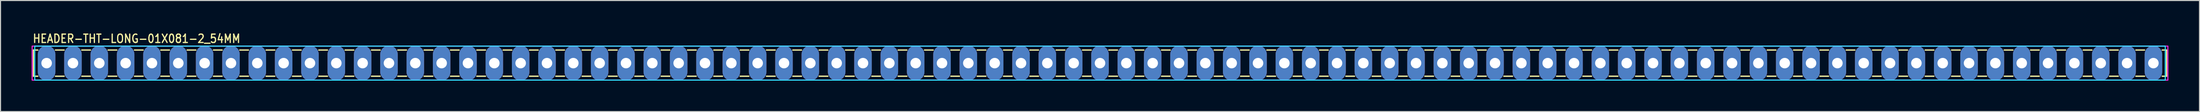
<source format=kicad_pcb>
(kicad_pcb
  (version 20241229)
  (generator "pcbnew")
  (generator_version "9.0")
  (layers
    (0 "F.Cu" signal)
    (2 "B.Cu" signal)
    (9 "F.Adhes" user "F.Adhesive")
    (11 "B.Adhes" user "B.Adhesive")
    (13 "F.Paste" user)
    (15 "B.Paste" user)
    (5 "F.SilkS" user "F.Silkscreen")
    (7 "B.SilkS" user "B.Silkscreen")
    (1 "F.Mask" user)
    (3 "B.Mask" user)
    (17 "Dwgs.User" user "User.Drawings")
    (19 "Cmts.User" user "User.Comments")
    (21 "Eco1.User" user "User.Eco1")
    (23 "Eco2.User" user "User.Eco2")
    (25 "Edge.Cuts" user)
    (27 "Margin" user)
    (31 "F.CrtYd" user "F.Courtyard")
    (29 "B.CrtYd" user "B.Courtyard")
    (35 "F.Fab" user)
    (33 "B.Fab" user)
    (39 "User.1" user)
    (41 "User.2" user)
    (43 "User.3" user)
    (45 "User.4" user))
  (footprint "HEADER-THT-LONG-01X081-2_54MM"
    (layer "F.Cu")
    (at 1.447 3.079)
    (property "Reference" "HEADER-THT-LONG-01X081-2_54MM" (at -1.4 -1.9 0) (unlocked yes) (layer "F.SilkS") (effects (font (size 0.813 0.695) (thickness 0.122)) (justify left bottom)))
    (fp_line (start -1.27 -1.27) (end -1.27 1.27) (stroke (width 0.127) (type solid)) (layer "F.SilkS"))
    (fp_line (start -1.27 1.27) (end -0.85 1.27) (stroke (width 0.127) (type solid)) (layer "F.SilkS"))
    (fp_line (start -0.85 -1.27) (end -1.27 -1.27) (stroke (width 0.127) (type solid)) (layer "F.SilkS"))
    (fp_line (start 0.85 -1.27) (end 1.69 -1.27) (stroke (width 0.127) (type solid)) (layer "F.SilkS"))
    (fp_line (start 0.85 1.27) (end 1.69 1.27) (stroke (width 0.127) (type solid)) (layer "F.SilkS"))
    (fp_line (start 3.39 -1.27) (end 4.23 -1.27) (stroke (width 0.127) (type solid)) (layer "F.SilkS"))
    (fp_line (start 3.39 1.27) (end 4.23 1.27) (stroke (width 0.127) (type solid)) (layer "F.SilkS"))
    (fp_line (start 5.93 -1.27) (end 6.77 -1.27) (stroke (width 0.127) (type solid)) (layer "F.SilkS"))
    (fp_line (start 5.93 1.27) (end 6.77 1.27) (stroke (width 0.127) (type solid)) (layer "F.SilkS"))
    (fp_line (start 8.47 -1.27) (end 9.31 -1.27) (stroke (width 0.127) (type solid)) (layer "F.SilkS"))
    (fp_line (start 8.47 1.27) (end 9.31 1.27) (stroke (width 0.127) (type solid)) (layer "F.SilkS"))
    (fp_line (start 11.01 -1.27) (end 11.85 -1.27) (stroke (width 0.127) (type solid)) (layer "F.SilkS"))
    (fp_line (start 11.01 1.27) (end 11.85 1.27) (stroke (width 0.127) (type solid)) (layer "F.SilkS"))
    (fp_line (start 13.55 -1.27) (end 14.39 -1.27) (stroke (width 0.127) (type solid)) (layer "F.SilkS"))
    (fp_line (start 13.55 1.27) (end 14.39 1.27) (stroke (width 0.127) (type solid)) (layer "F.SilkS"))
    (fp_line (start 16.09 -1.27) (end 16.93 -1.27) (stroke (width 0.127) (type solid)) (layer "F.SilkS"))
    (fp_line (start 16.09 1.27) (end 16.93 1.27) (stroke (width 0.127) (type solid)) (layer "F.SilkS"))
    (fp_line (start 18.63 -1.27) (end 19.47 -1.27) (stroke (width 0.127) (type solid)) (layer "F.SilkS"))
    (fp_line (start 18.63 1.27) (end 19.47 1.27) (stroke (width 0.127) (type solid)) (layer "F.SilkS"))
    (fp_line (start 21.17 -1.27) (end 22.01 -1.27) (stroke (width 0.127) (type solid)) (layer "F.SilkS"))
    (fp_line (start 21.17 1.27) (end 22.01 1.27) (stroke (width 0.127) (type solid)) (layer "F.SilkS"))
    (fp_line (start 23.71 -1.27) (end 24.55 -1.27) (stroke (width 0.127) (type solid)) (layer "F.SilkS"))
    (fp_line (start 23.71 1.27) (end 24.55 1.27) (stroke (width 0.127) (type solid)) (layer "F.SilkS"))
    (fp_line (start 26.25 -1.27) (end 27.09 -1.27) (stroke (width 0.127) (type solid)) (layer "F.SilkS"))
    (fp_line (start 26.25 1.27) (end 27.09 1.27) (stroke (width 0.127) (type solid)) (layer "F.SilkS"))
    (fp_line (start 28.79 -1.27) (end 29.63 -1.27) (stroke (width 0.127) (type solid)) (layer "F.SilkS"))
    (fp_line (start 28.79 1.27) (end 29.63 1.27) (stroke (width 0.127) (type solid)) (layer "F.SilkS"))
    (fp_line (start 31.33 -1.27) (end 32.17 -1.27) (stroke (width 0.127) (type solid)) (layer "F.SilkS"))
    (fp_line (start 31.33 1.27) (end 32.17 1.27) (stroke (width 0.127) (type solid)) (layer "F.SilkS"))
    (fp_line (start 33.87 -1.27) (end 34.71 -1.27) (stroke (width 0.127) (type solid)) (layer "F.SilkS"))
    (fp_line (start 33.87 1.27) (end 34.71 1.27) (stroke (width 0.127) (type solid)) (layer "F.SilkS"))
    (fp_line (start 36.41 -1.27) (end 37.25 -1.27) (stroke (width 0.127) (type solid)) (layer "F.SilkS"))
    (fp_line (start 36.41 1.27) (end 37.25 1.27) (stroke (width 0.127) (type solid)) (layer "F.SilkS"))
    (fp_line (start 38.95 -1.27) (end 39.79 -1.27) (stroke (width 0.127) (type solid)) (layer "F.SilkS"))
    (fp_line (start 38.95 1.27) (end 39.79 1.27) (stroke (width 0.127) (type solid)) (layer "F.SilkS"))
    (fp_line (start 41.49 -1.27) (end 42.33 -1.27) (stroke (width 0.127) (type solid)) (layer "F.SilkS"))
    (fp_line (start 41.49 1.27) (end 42.33 1.27) (stroke (width 0.127) (type solid)) (layer "F.SilkS"))
    (fp_line (start 44.03 -1.27) (end 44.87 -1.27) (stroke (width 0.127) (type solid)) (layer "F.SilkS"))
    (fp_line (start 44.03 1.27) (end 44.87 1.27) (stroke (width 0.127) (type solid)) (layer "F.SilkS"))
    (fp_line (start 46.57 -1.27) (end 47.41 -1.27) (stroke (width 0.127) (type solid)) (layer "F.SilkS"))
    (fp_line (start 46.57 1.27) (end 47.41 1.27) (stroke (width 0.127) (type solid)) (layer "F.SilkS"))
    (fp_line (start 49.11 -1.27) (end 49.95 -1.27) (stroke (width 0.127) (type solid)) (layer "F.SilkS"))
    (fp_line (start 49.11 1.27) (end 49.95 1.27) (stroke (width 0.127) (type solid)) (layer "F.SilkS"))
    (fp_line (start 51.65 -1.27) (end 52.49 -1.27) (stroke (width 0.127) (type solid)) (layer "F.SilkS"))
    (fp_line (start 51.65 1.27) (end 52.49 1.27) (stroke (width 0.127) (type solid)) (layer "F.SilkS"))
    (fp_line (start 54.19 -1.27) (end 55.03 -1.27) (stroke (width 0.127) (type solid)) (layer "F.SilkS"))
    (fp_line (start 54.19 1.27) (end 55.03 1.27) (stroke (width 0.127) (type solid)) (layer "F.SilkS"))
    (fp_line (start 56.73 -1.27) (end 57.57 -1.27) (stroke (width 0.127) (type solid)) (layer "F.SilkS"))
    (fp_line (start 56.73 1.27) (end 57.57 1.27) (stroke (width 0.127) (type solid)) (layer "F.SilkS"))
    (fp_line (start 59.27 -1.27) (end 60.11 -1.27) (stroke (width 0.127) (type solid)) (layer "F.SilkS"))
    (fp_line (start 59.27 1.27) (end 60.11 1.27) (stroke (width 0.127) (type solid)) (layer "F.SilkS"))
    (fp_line (start 61.81 -1.27) (end 62.65 -1.27) (stroke (width 0.127) (type solid)) (layer "F.SilkS"))
    (fp_line (start 61.81 1.27) (end 62.65 1.27) (stroke (width 0.127) (type solid)) (layer "F.SilkS"))
    (fp_line (start 64.35 -1.27) (end 65.19 -1.27) (stroke (width 0.127) (type solid)) (layer "F.SilkS"))
    (fp_line (start 64.35 1.27) (end 65.19 1.27) (stroke (width 0.127) (type solid)) (layer "F.SilkS"))
    (fp_line (start 66.89 -1.27) (end 67.73 -1.27) (stroke (width 0.127) (type solid)) (layer "F.SilkS"))
    (fp_line (start 66.89 1.27) (end 67.73 1.27) (stroke (width 0.127) (type solid)) (layer "F.SilkS"))
    (fp_line (start 69.43 -1.27) (end 70.27 -1.27) (stroke (width 0.127) (type solid)) (layer "F.SilkS"))
    (fp_line (start 69.43 1.27) (end 70.27 1.27) (stroke (width 0.127) (type solid)) (layer "F.SilkS"))
    (fp_line (start 71.97 -1.27) (end 72.81 -1.27) (stroke (width 0.127) (type solid)) (layer "F.SilkS"))
    (fp_line (start 71.97 1.27) (end 72.81 1.27) (stroke (width 0.127) (type solid)) (layer "F.SilkS"))
    (fp_line (start 74.51 -1.27) (end 75.35 -1.27) (stroke (width 0.127) (type solid)) (layer "F.SilkS"))
    (fp_line (start 74.51 1.27) (end 75.35 1.27) (stroke (width 0.127) (type solid)) (layer "F.SilkS"))
    (fp_line (start 77.05 -1.27) (end 77.89 -1.27) (stroke (width 0.127) (type solid)) (layer "F.SilkS"))
    (fp_line (start 77.05 1.27) (end 77.89 1.27) (stroke (width 0.127) (type solid)) (layer "F.SilkS"))
    (fp_line (start 79.59 -1.27) (end 80.43 -1.27) (stroke (width 0.127) (type solid)) (layer "F.SilkS"))
    (fp_line (start 79.59 1.27) (end 80.43 1.27) (stroke (width 0.127) (type solid)) (layer "F.SilkS"))
    (fp_line (start 82.13 -1.27) (end 82.97 -1.27) (stroke (width 0.127) (type solid)) (layer "F.SilkS"))
    (fp_line (start 82.13 1.27) (end 82.97 1.27) (stroke (width 0.127) (type solid)) (layer "F.SilkS"))
    (fp_line (start 84.67 -1.27) (end 85.51 -1.27) (stroke (width 0.127) (type solid)) (layer "F.SilkS"))
    (fp_line (start 84.67 1.27) (end 85.51 1.27) (stroke (width 0.127) (type solid)) (layer "F.SilkS"))
    (fp_line (start 87.21 -1.27) (end 88.05 -1.27) (stroke (width 0.127) (type solid)) (layer "F.SilkS"))
    (fp_line (start 87.21 1.27) (end 88.05 1.27) (stroke (width 0.127) (type solid)) (layer "F.SilkS"))
    (fp_line (start 89.75 -1.27) (end 90.59 -1.27) (stroke (width 0.127) (type solid)) (layer "F.SilkS"))
    (fp_line (start 89.75 1.27) (end 90.59 1.27) (stroke (width 0.127) (type solid)) (layer "F.SilkS"))
    (fp_line (start 92.29 -1.27) (end 93.13 -1.27) (stroke (width 0.127) (type solid)) (layer "F.SilkS"))
    (fp_line (start 92.29 1.27) (end 93.13 1.27) (stroke (width 0.127) (type solid)) (layer "F.SilkS"))
    (fp_line (start 94.83 -1.27) (end 95.67 -1.27) (stroke (width 0.127) (type solid)) (layer "F.SilkS"))
    (fp_line (start 94.83 1.27) (end 95.67 1.27) (stroke (width 0.127) (type solid)) (layer "F.SilkS"))
    (fp_line (start 97.37 -1.27) (end 98.21 -1.27) (stroke (width 0.127) (type solid)) (layer "F.SilkS"))
    (fp_line (start 97.37 1.27) (end 98.21 1.27) (stroke (width 0.127) (type solid)) (layer "F.SilkS"))
    (fp_line (start 99.91 -1.27) (end 100.75 -1.27) (stroke (width 0.127) (type solid)) (layer "F.SilkS"))
    (fp_line (start 99.91 1.27) (end 100.75 1.27) (stroke (width 0.127) (type solid)) (layer "F.SilkS"))
    (fp_line (start 102.45 -1.27) (end 103.29 -1.27) (stroke (width 0.127) (type solid)) (layer "F.SilkS"))
    (fp_line (start 102.45 1.27) (end 103.29 1.27) (stroke (width 0.127) (type solid)) (layer "F.SilkS"))
    (fp_line (start 104.99 -1.27) (end 105.83 -1.27) (stroke (width 0.127) (type solid)) (layer "F.SilkS"))
    (fp_line (start 104.99 1.27) (end 105.83 1.27) (stroke (width 0.127) (type solid)) (layer "F.SilkS"))
    (fp_line (start 107.53 -1.27) (end 108.37 -1.27) (stroke (width 0.127) (type solid)) (layer "F.SilkS"))
    (fp_line (start 107.53 1.27) (end 108.37 1.27) (stroke (width 0.127) (type solid)) (layer "F.SilkS"))
    (fp_line (start 110.07 -1.27) (end 110.91 -1.27) (stroke (width 0.127) (type solid)) (layer "F.SilkS"))
    (fp_line (start 110.07 1.27) (end 110.91 1.27) (stroke (width 0.127) (type solid)) (layer "F.SilkS"))
    (fp_line (start 112.61 -1.27) (end 113.45 -1.27) (stroke (width 0.127) (type solid)) (layer "F.SilkS"))
    (fp_line (start 112.61 1.27) (end 113.45 1.27) (stroke (width 0.127) (type solid)) (layer "F.SilkS"))
    (fp_line (start 115.15 -1.27) (end 115.99 -1.27) (stroke (width 0.127) (type solid)) (layer "F.SilkS"))
    (fp_line (start 115.15 1.27) (end 115.99 1.27) (stroke (width 0.127) (type solid)) (layer "F.SilkS"))
    (fp_line (start 117.69 -1.27) (end 118.53 -1.27) (stroke (width 0.127) (type solid)) (layer "F.SilkS"))
    (fp_line (start 117.69 1.27) (end 118.53 1.27) (stroke (width 0.127) (type solid)) (layer "F.SilkS"))
    (fp_line (start 120.23 -1.27) (end 121.07 -1.27) (stroke (width 0.127) (type solid)) (layer "F.SilkS"))
    (fp_line (start 120.23 1.27) (end 121.07 1.27) (stroke (width 0.127) (type solid)) (layer "F.SilkS"))
    (fp_line (start 122.77 -1.27) (end 123.61 -1.27) (stroke (width 0.127) (type solid)) (layer "F.SilkS"))
    (fp_line (start 122.77 1.27) (end 123.61 1.27) (stroke (width 0.127) (type solid)) (layer "F.SilkS"))
    (fp_line (start 125.31 -1.27) (end 126.15 -1.27) (stroke (width 0.127) (type solid)) (layer "F.SilkS"))
    (fp_line (start 125.31 1.27) (end 126.15 1.27) (stroke (width 0.127) (type solid)) (layer "F.SilkS"))
    (fp_line (start 127.85 -1.27) (end 128.69 -1.27) (stroke (width 0.127) (type solid)) (layer "F.SilkS"))
    (fp_line (start 127.85 1.27) (end 128.69 1.27) (stroke (width 0.127) (type solid)) (layer "F.SilkS"))
    (fp_line (start 130.39 -1.27) (end 131.23 -1.27) (stroke (width 0.127) (type solid)) (layer "F.SilkS"))
    (fp_line (start 130.39 1.27) (end 131.23 1.27) (stroke (width 0.127) (type solid)) (layer "F.SilkS"))
    (fp_line (start 132.93 -1.27) (end 133.77 -1.27) (stroke (width 0.127) (type solid)) (layer "F.SilkS"))
    (fp_line (start 132.93 1.27) (end 133.77 1.27) (stroke (width 0.127) (type solid)) (layer "F.SilkS"))
    (fp_line (start 135.47 -1.27) (end 136.31 -1.27) (stroke (width 0.127) (type solid)) (layer "F.SilkS"))
    (fp_line (start 135.47 1.27) (end 136.31 1.27) (stroke (width 0.127) (type solid)) (layer "F.SilkS"))
    (fp_line (start 138.01 -1.27) (end 138.85 -1.27) (stroke (width 0.127) (type solid)) (layer "F.SilkS"))
    (fp_line (start 138.01 1.27) (end 138.85 1.27) (stroke (width 0.127) (type solid)) (layer "F.SilkS"))
    (fp_line (start 140.55 -1.27) (end 141.39 -1.27) (stroke (width 0.127) (type solid)) (layer "F.SilkS"))
    (fp_line (start 140.55 1.27) (end 141.39 1.27) (stroke (width 0.127) (type solid)) (layer "F.SilkS"))
    (fp_line (start 143.09 -1.27) (end 143.93 -1.27) (stroke (width 0.127) (type solid)) (layer "F.SilkS"))
    (fp_line (start 143.09 1.27) (end 143.93 1.27) (stroke (width 0.127) (type solid)) (layer "F.SilkS"))
    (fp_line (start 145.63 -1.27) (end 146.47 -1.27) (stroke (width 0.127) (type solid)) (layer "F.SilkS"))
    (fp_line (start 145.63 1.27) (end 146.47 1.27) (stroke (width 0.127) (type solid)) (layer "F.SilkS"))
    (fp_line (start 148.17 -1.27) (end 149.01 -1.27) (stroke (width 0.127) (type solid)) (layer "F.SilkS"))
    (fp_line (start 148.17 1.27) (end 149.01 1.27) (stroke (width 0.127) (type solid)) (layer "F.SilkS"))
    (fp_line (start 150.71 -1.27) (end 151.55 -1.27) (stroke (width 0.127) (type solid)) (layer "F.SilkS"))
    (fp_line (start 150.71 1.27) (end 151.55 1.27) (stroke (width 0.127) (type solid)) (layer "F.SilkS"))
    (fp_line (start 153.25 -1.27) (end 154.09 -1.27) (stroke (width 0.127) (type solid)) (layer "F.SilkS"))
    (fp_line (start 153.25 1.27) (end 154.09 1.27) (stroke (width 0.127) (type solid)) (layer "F.SilkS"))
    (fp_line (start 155.79 -1.27) (end 156.63 -1.27) (stroke (width 0.127) (type solid)) (layer "F.SilkS"))
    (fp_line (start 155.79 1.27) (end 156.63 1.27) (stroke (width 0.127) (type solid)) (layer "F.SilkS"))
    (fp_line (start 158.33 -1.27) (end 159.17 -1.27) (stroke (width 0.127) (type solid)) (layer "F.SilkS"))
    (fp_line (start 158.33 1.27) (end 159.17 1.27) (stroke (width 0.127) (type solid)) (layer "F.SilkS"))
    (fp_line (start 160.87 -1.27) (end 161.71 -1.27) (stroke (width 0.127) (type solid)) (layer "F.SilkS"))
    (fp_line (start 160.87 1.27) (end 161.71 1.27) (stroke (width 0.127) (type solid)) (layer "F.SilkS"))
    (fp_line (start 163.41 -1.27) (end 164.25 -1.27) (stroke (width 0.127) (type solid)) (layer "F.SilkS"))
    (fp_line (start 163.41 1.27) (end 164.25 1.27) (stroke (width 0.127) (type solid)) (layer "F.SilkS"))
    (fp_line (start 165.95 -1.27) (end 166.79 -1.27) (stroke (width 0.127) (type solid)) (layer "F.SilkS"))
    (fp_line (start 165.95 1.27) (end 166.79 1.27) (stroke (width 0.127) (type solid)) (layer "F.SilkS"))
    (fp_line (start 168.49 -1.27) (end 169.33 -1.27) (stroke (width 0.127) (type solid)) (layer "F.SilkS"))
    (fp_line (start 168.49 1.27) (end 169.33 1.27) (stroke (width 0.127) (type solid)) (layer "F.SilkS"))
    (fp_line (start 171.03 -1.27) (end 171.87 -1.27) (stroke (width 0.127) (type solid)) (layer "F.SilkS"))
    (fp_line (start 171.03 1.27) (end 171.87 1.27) (stroke (width 0.127) (type solid)) (layer "F.SilkS"))
    (fp_line (start 173.57 -1.27) (end 174.41 -1.27) (stroke (width 0.127) (type solid)) (layer "F.SilkS"))
    (fp_line (start 173.57 1.27) (end 174.41 1.27) (stroke (width 0.127) (type solid)) (layer "F.SilkS"))
    (fp_line (start 176.11 -1.27) (end 176.95 -1.27) (stroke (width 0.127) (type solid)) (layer "F.SilkS"))
    (fp_line (start 176.11 1.27) (end 176.95 1.27) (stroke (width 0.127) (type solid)) (layer "F.SilkS"))
    (fp_line (start 178.65 -1.27) (end 179.49 -1.27) (stroke (width 0.127) (type solid)) (layer "F.SilkS"))
    (fp_line (start 178.65 1.27) (end 179.49 1.27) (stroke (width 0.127) (type solid)) (layer "F.SilkS"))
    (fp_line (start 181.19 -1.27) (end 182.03 -1.27) (stroke (width 0.127) (type solid)) (layer "F.SilkS"))
    (fp_line (start 181.19 1.27) (end 182.03 1.27) (stroke (width 0.127) (type solid)) (layer "F.SilkS"))
    (fp_line (start 183.73 -1.27) (end 184.57 -1.27) (stroke (width 0.127) (type solid)) (layer "F.SilkS"))
    (fp_line (start 183.73 1.27) (end 184.57 1.27) (stroke (width 0.127) (type solid)) (layer "F.SilkS"))
    (fp_line (start 186.27 -1.27) (end 187.11 -1.27) (stroke (width 0.127) (type solid)) (layer "F.SilkS"))
    (fp_line (start 186.27 1.27) (end 187.11 1.27) (stroke (width 0.127) (type solid)) (layer "F.SilkS"))
    (fp_line (start 188.81 -1.27) (end 189.65 -1.27) (stroke (width 0.127) (type solid)) (layer "F.SilkS"))
    (fp_line (start 188.81 1.27) (end 189.65 1.27) (stroke (width 0.127) (type solid)) (layer "F.SilkS"))
    (fp_line (start 191.35 -1.27) (end 192.19 -1.27) (stroke (width 0.127) (type solid)) (layer "F.SilkS"))
    (fp_line (start 191.35 1.27) (end 192.19 1.27) (stroke (width 0.127) (type solid)) (layer "F.SilkS"))
    (fp_line (start 193.89 -1.27) (end 194.73 -1.27) (stroke (width 0.127) (type solid)) (layer "F.SilkS"))
    (fp_line (start 193.89 1.27) (end 194.73 1.27) (stroke (width 0.127) (type solid)) (layer "F.SilkS"))
    (fp_line (start 196.43 -1.27) (end 197.27 -1.27) (stroke (width 0.127) (type solid)) (layer "F.SilkS"))
    (fp_line (start 196.43 1.27) (end 197.27 1.27) (stroke (width 0.127) (type solid)) (layer "F.SilkS"))
    (fp_line (start 198.97 -1.27) (end 199.81 -1.27) (stroke (width 0.127) (type solid)) (layer "F.SilkS"))
    (fp_line (start 198.97 1.27) (end 199.81 1.27) (stroke (width 0.127) (type solid)) (layer "F.SilkS"))
    (fp_line (start 201.51 -1.27) (end 202.35 -1.27) (stroke (width 0.127) (type solid)) (layer "F.SilkS"))
    (fp_line (start 201.51 1.27) (end 202.35 1.27) (stroke (width 0.127) (type solid)) (layer "F.SilkS"))
    (fp_line (start 204.05 -1.27) (end 204.47 -1.27) (stroke (width 0.127) (type solid)) (layer "F.SilkS"))
    (fp_line (start 204.47 -1.27) (end 204.47 1.27) (stroke (width 0.127) (type solid)) (layer "F.SilkS"))
    (fp_line (start 204.47 1.27) (end 204.05 1.27) (stroke (width 0.127) (type solid)) (layer "F.SilkS"))
    (fp_poly (pts (xy -1.143 -1.651) (xy 204.343 -1.651) (xy 204.343 1.651) (xy -1.143 1.651)) (stroke (width 0.1) (type solid)) (fill no) (layer "B.CrtYd"))
    (fp_poly (pts (xy -1.397 -1.651) (xy 204.597 -1.651) (xy 204.597 1.651) (xy -1.397 1.651)) (stroke (width 0.1) (type solid)) (fill no) (layer "F.CrtYd"))
    (pad "1" thru_hole oval (at 0 0 90) (size 3.387 1.693) (drill 1.016) (layers "*.Cu" "*.Mask"))
    (pad "2" thru_hole oval (at 2.54 0 90) (size 3.387 1.693) (drill 1.016) (layers "*.Cu" "*.Mask"))
    (pad "3" thru_hole oval (at 5.08 0 90) (size 3.387 1.693) (drill 1.016) (layers "*.Cu" "*.Mask"))
    (pad "4" thru_hole oval (at 7.62 0 90) (size 3.387 1.693) (drill 1.016) (layers "*.Cu" "*.Mask"))
    (pad "5" thru_hole oval (at 10.16 0 90) (size 3.387 1.693) (drill 1.016) (layers "*.Cu" "*.Mask"))
    (pad "6" thru_hole oval (at 12.7 0 90) (size 3.387 1.693) (drill 1.016) (layers "*.Cu" "*.Mask"))
    (pad "7" thru_hole oval (at 15.24 0 90) (size 3.387 1.693) (drill 1.016) (layers "*.Cu" "*.Mask"))
    (pad "8" thru_hole oval (at 17.78 0 90) (size 3.387 1.693) (drill 1.016) (layers "*.Cu" "*.Mask"))
    (pad "9" thru_hole oval (at 20.32 0 90) (size 3.387 1.693) (drill 1.016) (layers "*.Cu" "*.Mask"))
    (pad "10" thru_hole oval (at 22.86 0 90) (size 3.387 1.693) (drill 1.016) (layers "*.Cu" "*.Mask"))
    (pad "11" thru_hole oval (at 25.4 0 90) (size 3.387 1.693) (drill 1.016) (layers "*.Cu" "*.Mask"))
    (pad "12" thru_hole oval (at 27.94 0 90) (size 3.387 1.693) (drill 1.016) (layers "*.Cu" "*.Mask"))
    (pad "13" thru_hole oval (at 30.48 0 90) (size 3.387 1.693) (drill 1.016) (layers "*.Cu" "*.Mask"))
    (pad "14" thru_hole oval (at 33.02 0 90) (size 3.387 1.693) (drill 1.016) (layers "*.Cu" "*.Mask"))
    (pad "15" thru_hole oval (at 35.56 0 90) (size 3.387 1.693) (drill 1.016) (layers "*.Cu" "*.Mask"))
    (pad "16" thru_hole oval (at 38.1 0 90) (size 3.387 1.693) (drill 1.016) (layers "*.Cu" "*.Mask"))
    (pad "17" thru_hole oval (at 40.64 0 90) (size 3.387 1.693) (drill 1.016) (layers "*.Cu" "*.Mask"))
    (pad "18" thru_hole oval (at 43.18 0 90) (size 3.387 1.693) (drill 1.016) (layers "*.Cu" "*.Mask"))
    (pad "19" thru_hole oval (at 45.72 0 90) (size 3.387 1.693) (drill 1.016) (layers "*.Cu" "*.Mask"))
    (pad "20" thru_hole oval (at 48.26 0 90) (size 3.387 1.693) (drill 1.016) (layers "*.Cu" "*.Mask"))
    (pad "21" thru_hole oval (at 50.8 0 90) (size 3.387 1.693) (drill 1.016) (layers "*.Cu" "*.Mask"))
    (pad "22" thru_hole oval (at 53.34 0 90) (size 3.387 1.693) (drill 1.016) (layers "*.Cu" "*.Mask"))
    (pad "23" thru_hole oval (at 55.88 0 90) (size 3.387 1.693) (drill 1.016) (layers "*.Cu" "*.Mask"))
    (pad "24" thru_hole oval (at 58.42 0 90) (size 3.387 1.693) (drill 1.016) (layers "*.Cu" "*.Mask"))
    (pad "25" thru_hole oval (at 60.96 0 90) (size 3.387 1.693) (drill 1.016) (layers "*.Cu" "*.Mask"))
    (pad "26" thru_hole oval (at 63.5 0 90) (size 3.387 1.693) (drill 1.016) (layers "*.Cu" "*.Mask"))
    (pad "27" thru_hole oval (at 66.04 0 90) (size 3.387 1.693) (drill 1.016) (layers "*.Cu" "*.Mask"))
    (pad "28" thru_hole oval (at 68.58 0 90) (size 3.387 1.693) (drill 1.016) (layers "*.Cu" "*.Mask"))
    (pad "29" thru_hole oval (at 71.12 0 90) (size 3.387 1.693) (drill 1.016) (layers "*.Cu" "*.Mask"))
    (pad "30" thru_hole oval (at 73.66 0 90) (size 3.387 1.693) (drill 1.016) (layers "*.Cu" "*.Mask"))
    (pad "31" thru_hole oval (at 76.2 0 90) (size 3.387 1.693) (drill 1.016) (layers "*.Cu" "*.Mask"))
    (pad "32" thru_hole oval (at 78.74 0 90) (size 3.387 1.693) (drill 1.016) (layers "*.Cu" "*.Mask"))
    (pad "33" thru_hole oval (at 81.28 0 90) (size 3.387 1.693) (drill 1.016) (layers "*.Cu" "*.Mask"))
    (pad "34" thru_hole oval (at 83.82 0 90) (size 3.387 1.693) (drill 1.016) (layers "*.Cu" "*.Mask"))
    (pad "35" thru_hole oval (at 86.36 0 90) (size 3.387 1.693) (drill 1.016) (layers "*.Cu" "*.Mask"))
    (pad "36" thru_hole oval (at 88.9 0 90) (size 3.387 1.693) (drill 1.016) (layers "*.Cu" "*.Mask"))
    (pad "37" thru_hole oval (at 91.44 0 90) (size 3.387 1.693) (drill 1.016) (layers "*.Cu" "*.Mask"))
    (pad "38" thru_hole oval (at 93.98 0 90) (size 3.387 1.693) (drill 1.016) (layers "*.Cu" "*.Mask"))
    (pad "39" thru_hole oval (at 96.52 0 90) (size 3.387 1.693) (drill 1.016) (layers "*.Cu" "*.Mask"))
    (pad "40" thru_hole oval (at 99.06 0 90) (size 3.387 1.693) (drill 1.016) (layers "*.Cu" "*.Mask"))
    (pad "41" thru_hole oval (at 101.6 0 90) (size 3.387 1.693) (drill 1.016) (layers "*.Cu" "*.Mask"))
    (pad "42" thru_hole oval (at 104.14 0 90) (size 3.387 1.693) (drill 1.016) (layers "*.Cu" "*.Mask"))
    (pad "43" thru_hole oval (at 106.68 0 90) (size 3.387 1.693) (drill 1.016) (layers "*.Cu" "*.Mask"))
    (pad "44" thru_hole oval (at 109.22 0 90) (size 3.387 1.693) (drill 1.016) (layers "*.Cu" "*.Mask"))
    (pad "45" thru_hole oval (at 111.76 0 90) (size 3.387 1.693) (drill 1.016) (layers "*.Cu" "*.Mask"))
    (pad "46" thru_hole oval (at 114.3 0 90) (size 3.387 1.693) (drill 1.016) (layers "*.Cu" "*.Mask"))
    (pad "47" thru_hole oval (at 116.84 0 90) (size 3.387 1.693) (drill 1.016) (layers "*.Cu" "*.Mask"))
    (pad "48" thru_hole oval (at 119.38 0 90) (size 3.387 1.693) (drill 1.016) (layers "*.Cu" "*.Mask"))
    (pad "49" thru_hole oval (at 121.92 0 90) (size 3.387 1.693) (drill 1.016) (layers "*.Cu" "*.Mask"))
    (pad "50" thru_hole oval (at 124.46 0 90) (size 3.387 1.693) (drill 1.016) (layers "*.Cu" "*.Mask"))
    (pad "51" thru_hole oval (at 127 0 90) (size 3.387 1.693) (drill 1.016) (layers "*.Cu" "*.Mask"))
    (pad "52" thru_hole oval (at 129.54 0 90) (size 3.387 1.693) (drill 1.016) (layers "*.Cu" "*.Mask"))
    (pad "53" thru_hole oval (at 132.08 0 90) (size 3.387 1.693) (drill 1.016) (layers "*.Cu" "*.Mask"))
    (pad "54" thru_hole oval (at 134.62 0 90) (size 3.387 1.693) (drill 1.016) (layers "*.Cu" "*.Mask"))
    (pad "55" thru_hole oval (at 137.16 0 90) (size 3.387 1.693) (drill 1.016) (layers "*.Cu" "*.Mask"))
    (pad "56" thru_hole oval (at 139.7 0 90) (size 3.387 1.693) (drill 1.016) (layers "*.Cu" "*.Mask"))
    (pad "57" thru_hole oval (at 142.24 0 90) (size 3.387 1.693) (drill 1.016) (layers "*.Cu" "*.Mask"))
    (pad "58" thru_hole oval (at 144.78 0 90) (size 3.387 1.693) (drill 1.016) (layers "*.Cu" "*.Mask"))
    (pad "59" thru_hole oval (at 147.32 0 90) (size 3.387 1.693) (drill 1.016) (layers "*.Cu" "*.Mask"))
    (pad "60" thru_hole oval (at 149.86 0 90) (size 3.387 1.693) (drill 1.016) (layers "*.Cu" "*.Mask"))
    (pad "61" thru_hole oval (at 152.4 0 90) (size 3.387 1.693) (drill 1.016) (layers "*.Cu" "*.Mask"))
    (pad "62" thru_hole oval (at 154.94 0 90) (size 3.387 1.693) (drill 1.016) (layers "*.Cu" "*.Mask"))
    (pad "63" thru_hole oval (at 157.48 0 90) (size 3.387 1.693) (drill 1.016) (layers "*.Cu" "*.Mask"))
    (pad "64" thru_hole oval (at 160.02 0 90) (size 3.387 1.693) (drill 1.016) (layers "*.Cu" "*.Mask"))
    (pad "65" thru_hole oval (at 162.56 0 90) (size 3.387 1.693) (drill 1.016) (layers "*.Cu" "*.Mask"))
    (pad "66" thru_hole oval (at 165.1 0 90) (size 3.387 1.693) (drill 1.016) (layers "*.Cu" "*.Mask"))
    (pad "67" thru_hole oval (at 167.64 0 90) (size 3.387 1.693) (drill 1.016) (layers "*.Cu" "*.Mask"))
    (pad "68" thru_hole oval (at 170.18 0 90) (size 3.387 1.693) (drill 1.016) (layers "*.Cu" "*.Mask"))
    (pad "69" thru_hole oval (at 172.72 0 90) (size 3.387 1.693) (drill 1.016) (layers "*.Cu" "*.Mask"))
    (pad "70" thru_hole oval (at 175.26 0 90) (size 3.387 1.693) (drill 1.016) (layers "*.Cu" "*.Mask"))
    (pad "71" thru_hole oval (at 177.8 0 90) (size 3.387 1.693) (drill 1.016) (layers "*.Cu" "*.Mask"))
    (pad "72" thru_hole oval (at 180.34 0 90) (size 3.387 1.693) (drill 1.016) (layers "*.Cu" "*.Mask"))
    (pad "73" thru_hole oval (at 182.88 0 90) (size 3.387 1.693) (drill 1.016) (layers "*.Cu" "*.Mask"))
    (pad "74" thru_hole oval (at 185.42 0 90) (size 3.387 1.693) (drill 1.016) (layers "*.Cu" "*.Mask"))
    (pad "75" thru_hole oval (at 187.96 0 90) (size 3.387 1.693) (drill 1.016) (layers "*.Cu" "*.Mask"))
    (pad "76" thru_hole oval (at 190.5 0 90) (size 3.387 1.693) (drill 1.016) (layers "*.Cu" "*.Mask"))
    (pad "77" thru_hole oval (at 193.04 0 90) (size 3.387 1.693) (drill 1.016) (layers "*.Cu" "*.Mask"))
    (pad "78" thru_hole oval (at 195.58 0 90) (size 3.387 1.693) (drill 1.016) (layers "*.Cu" "*.Mask"))
    (pad "79" thru_hole oval (at 198.12 0 90) (size 3.387 1.693) (drill 1.016) (layers "*.Cu" "*.Mask"))
    (pad "80" thru_hole oval (at 200.66 0 90) (size 3.387 1.693) (drill 1.016) (layers "*.Cu" "*.Mask"))
    (pad "81" thru_hole oval (at 203.2 0 90) (size 3.387 1.693) (drill 1.016) (layers "*.Cu" "*.Mask")))
  (gr_rect
    (start -3 -3)
    (end 209.094 7.78)
    (stroke (width 0.1) (type default))
    (fill no)
    (layer "Edge.Cuts")))
</source>
